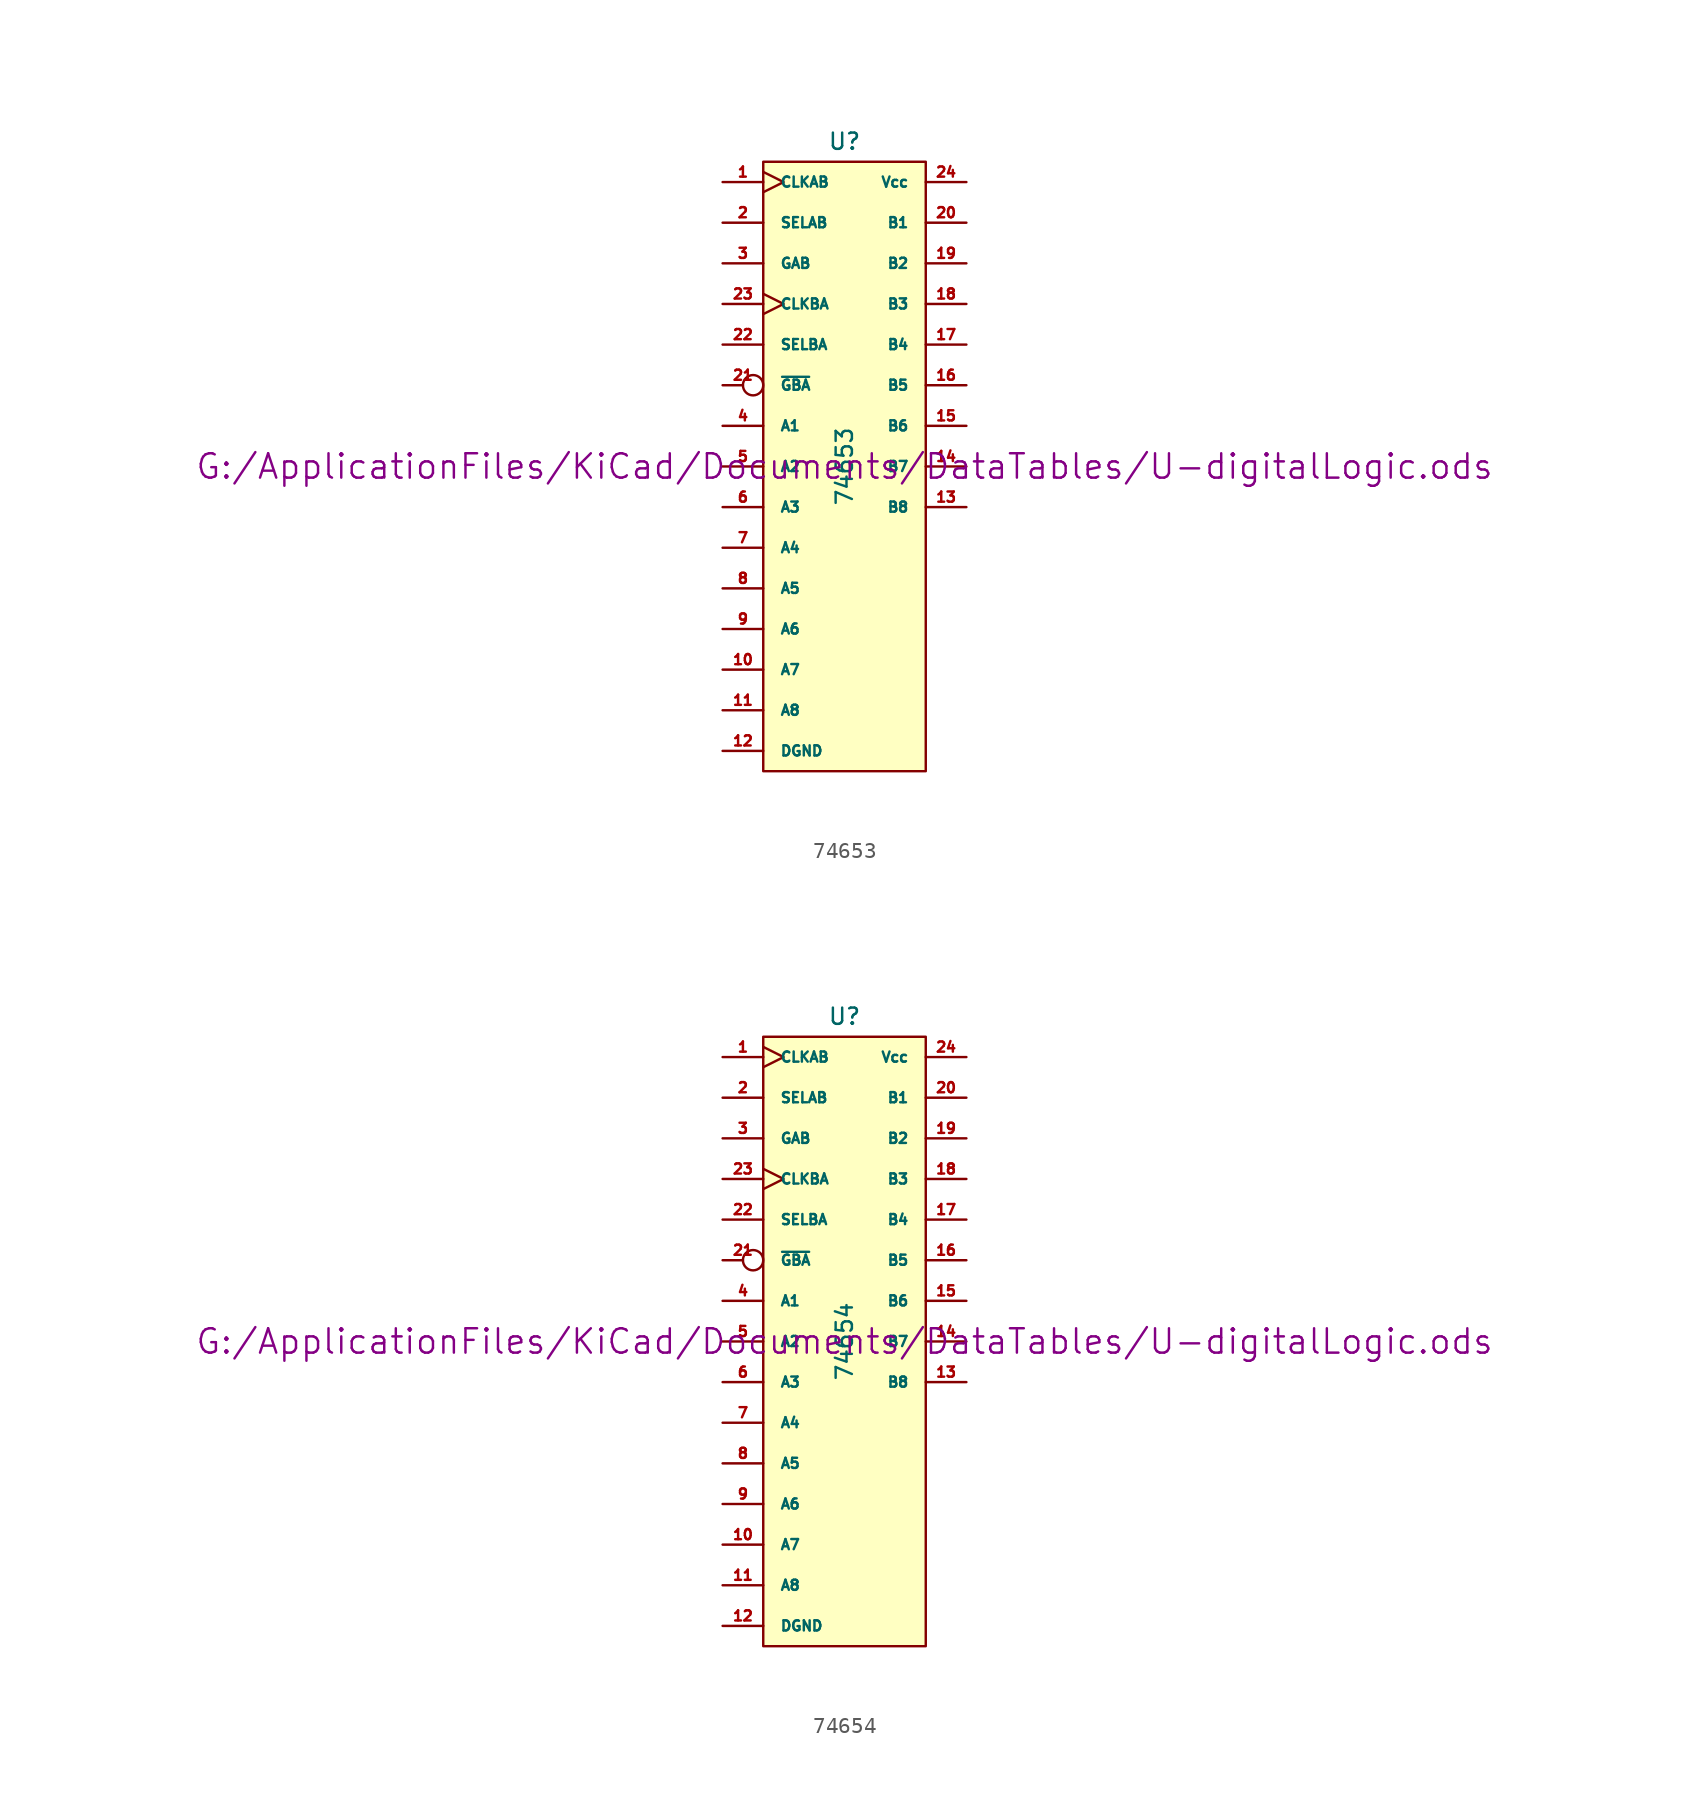
<source format=kicad_sym>
(kicad_symbol_lib
  (version 20211014)
  (generator kicad_symbol_editor)
  (symbol "74653"
    (pin_names
      (offset 1.016))
    (property "Reference" "U"
      (at 0 20.32 0)
      (effects (font (size 1.016 1.016))))
    (property "Value" "74653"
      (at 0 0 90)
      (effects (font (size 1.016 1.016))))
    (property "Footprint" ""
      (at 0 0 0)
      (effects (font (size 1.524 1.524))))
    (property "Datasheet" "G:/ApplicationFiles/KiCad/Documents/DataTables/U-digitalLogic.ods"
      (at 0 0 0)
      (effects (font (size 1.524 1.524))))
    (symbol "74653_0_1"
      (rectangle (start -5.08 19.05) (end 5.08 -19.05) (stroke (width 0) (type default) (color 0 0 0 0)) (fill (type background))))
    (symbol "74653_1_1"
      (pin input clock (at -7.62 17.78 0) (length 2.54) (name "CLKAB" (effects (font (size 0.635 0.635)))) (number "1" (effects (font (size 0.635 0.635)))))
      (pin tri_state line (at -7.62 -12.7 0) (length 2.54) (name "A7" (effects (font (size 0.635 0.635)))) (number "10" (effects (font (size 0.635 0.635)))))
      (pin tri_state line (at -7.62 -15.24 0) (length 2.54) (name "A8" (effects (font (size 0.635 0.635)))) (number "11" (effects (font (size 0.635 0.635)))))
      (pin power_in line (at -7.62 -17.78 0) (length 2.54) (name "DGND" (effects (font (size 0.635 0.635)))) (number "12" (effects (font (size 0.635 0.635)))))
      (pin tri_state line (at 7.62 -2.54 180) (length 2.54) (name "B8" (effects (font (size 0.635 0.635)))) (number "13" (effects (font (size 0.635 0.635)))))
      (pin tri_state line (at 7.62 0 180) (length 2.54) (name "B7" (effects (font (size 0.635 0.635)))) (number "14" (effects (font (size 0.635 0.635)))))
      (pin tri_state line (at 7.62 2.54 180) (length 2.54) (name "B6" (effects (font (size 0.635 0.635)))) (number "15" (effects (font (size 0.635 0.635)))))
      (pin tri_state line (at 7.62 5.08 180) (length 2.54) (name "B5" (effects (font (size 0.635 0.635)))) (number "16" (effects (font (size 0.635 0.635)))))
      (pin tri_state line (at 7.62 7.62 180) (length 2.54) (name "B4" (effects (font (size 0.635 0.635)))) (number "17" (effects (font (size 0.635 0.635)))))
      (pin tri_state line (at 7.62 10.16 180) (length 2.54) (name "B3" (effects (font (size 0.635 0.635)))) (number "18" (effects (font (size 0.635 0.635)))))
      (pin tri_state line (at 7.62 12.7 180) (length 2.54) (name "B2" (effects (font (size 0.635 0.635)))) (number "19" (effects (font (size 0.635 0.635)))))
      (pin input line (at -7.62 15.24 0) (length 2.54) (name "SELAB" (effects (font (size 0.635 0.635)))) (number "2" (effects (font (size 0.635 0.635)))))
      (pin tri_state line (at 7.62 15.24 180) (length 2.54) (name "B1" (effects (font (size 0.635 0.635)))) (number "20" (effects (font (size 0.635 0.635)))))
      (pin input inverted (at -7.62 5.08 0) (length 2.54) (name "~{GBA}" (effects (font (size 0.635 0.635)))) (number "21" (effects (font (size 0.635 0.635)))))
      (pin input line (at -7.62 7.62 0) (length 2.54) (name "SELBA" (effects (font (size 0.635 0.635)))) (number "22" (effects (font (size 0.635 0.635)))))
      (pin input clock (at -7.62 10.16 0) (length 2.54) (name "CLKBA" (effects (font (size 0.635 0.635)))) (number "23" (effects (font (size 0.635 0.635)))))
      (pin power_in line (at 7.62 17.78 180) (length 2.54) (name "Vcc" (effects (font (size 0.635 0.635)))) (number "24" (effects (font (size 0.635 0.635)))))
      (pin input line (at -7.62 12.7 0) (length 2.54) (name "GAB" (effects (font (size 0.635 0.635)))) (number "3" (effects (font (size 0.635 0.635)))))
      (pin tri_state line (at -7.62 2.54 0) (length 2.54) (name "A1" (effects (font (size 0.635 0.635)))) (number "4" (effects (font (size 0.635 0.635)))))
      (pin tri_state line (at -7.62 0 0) (length 2.54) (name "A2" (effects (font (size 0.635 0.635)))) (number "5" (effects (font (size 0.635 0.635)))))
      (pin tri_state line (at -7.62 -2.54 0) (length 2.54) (name "A3" (effects (font (size 0.635 0.635)))) (number "6" (effects (font (size 0.635 0.635)))))
      (pin tri_state line (at -7.62 -5.08 0) (length 2.54) (name "A4" (effects (font (size 0.635 0.635)))) (number "7" (effects (font (size 0.635 0.635)))))
      (pin tri_state line (at -7.62 -7.62 0) (length 2.54) (name "A5" (effects (font (size 0.635 0.635)))) (number "8" (effects (font (size 0.635 0.635)))))
      (pin tri_state line (at -7.62 -10.16 0) (length 2.54) (name "A6" (effects (font (size 0.635 0.635)))) (number "9" (effects (font (size 0.635 0.635)))))))
  (symbol "74654"
    (pin_names
      (offset 1.016))
    (property "Reference" "U"
      (at 0 20.32 0)
      (effects (font (size 1.016 1.016))))
    (property "Value" "74654"
      (at 0 0 90)
      (effects (font (size 1.016 1.016))))
    (property "Footprint" ""
      (at 0 0 0)
      (effects (font (size 1.524 1.524))))
    (property "Datasheet" "G:/ApplicationFiles/KiCad/Documents/DataTables/U-digitalLogic.ods"
      (at 0 0 0)
      (effects (font (size 1.524 1.524))))
    (symbol "74654_0_1"
      (rectangle (start -5.08 19.05) (end 5.08 -19.05) (stroke (width 0) (type default) (color 0 0 0 0)) (fill (type background))))
    (symbol "74654_1_1"
      (pin input clock (at -7.62 17.78 0) (length 2.54) (name "CLKAB" (effects (font (size 0.635 0.635)))) (number "1" (effects (font (size 0.635 0.635)))))
      (pin tri_state line (at -7.62 -12.7 0) (length 2.54) (name "A7" (effects (font (size 0.635 0.635)))) (number "10" (effects (font (size 0.635 0.635)))))
      (pin tri_state line (at -7.62 -15.24 0) (length 2.54) (name "A8" (effects (font (size 0.635 0.635)))) (number "11" (effects (font (size 0.635 0.635)))))
      (pin power_in line (at -7.62 -17.78 0) (length 2.54) (name "DGND" (effects (font (size 0.635 0.635)))) (number "12" (effects (font (size 0.635 0.635)))))
      (pin tri_state line (at 7.62 -2.54 180) (length 2.54) (name "B8" (effects (font (size 0.635 0.635)))) (number "13" (effects (font (size 0.635 0.635)))))
      (pin tri_state line (at 7.62 0 180) (length 2.54) (name "B7" (effects (font (size 0.635 0.635)))) (number "14" (effects (font (size 0.635 0.635)))))
      (pin tri_state line (at 7.62 2.54 180) (length 2.54) (name "B6" (effects (font (size 0.635 0.635)))) (number "15" (effects (font (size 0.635 0.635)))))
      (pin tri_state line (at 7.62 5.08 180) (length 2.54) (name "B5" (effects (font (size 0.635 0.635)))) (number "16" (effects (font (size 0.635 0.635)))))
      (pin tri_state line (at 7.62 7.62 180) (length 2.54) (name "B4" (effects (font (size 0.635 0.635)))) (number "17" (effects (font (size 0.635 0.635)))))
      (pin tri_state line (at 7.62 10.16 180) (length 2.54) (name "B3" (effects (font (size 0.635 0.635)))) (number "18" (effects (font (size 0.635 0.635)))))
      (pin tri_state line (at 7.62 12.7 180) (length 2.54) (name "B2" (effects (font (size 0.635 0.635)))) (number "19" (effects (font (size 0.635 0.635)))))
      (pin input line (at -7.62 15.24 0) (length 2.54) (name "SELAB" (effects (font (size 0.635 0.635)))) (number "2" (effects (font (size 0.635 0.635)))))
      (pin tri_state line (at 7.62 15.24 180) (length 2.54) (name "B1" (effects (font (size 0.635 0.635)))) (number "20" (effects (font (size 0.635 0.635)))))
      (pin input inverted (at -7.62 5.08 0) (length 2.54) (name "~{GBA}" (effects (font (size 0.635 0.635)))) (number "21" (effects (font (size 0.635 0.635)))))
      (pin input line (at -7.62 7.62 0) (length 2.54) (name "SELBA" (effects (font (size 0.635 0.635)))) (number "22" (effects (font (size 0.635 0.635)))))
      (pin input clock (at -7.62 10.16 0) (length 2.54) (name "CLKBA" (effects (font (size 0.635 0.635)))) (number "23" (effects (font (size 0.635 0.635)))))
      (pin power_in line (at 7.62 17.78 180) (length 2.54) (name "Vcc" (effects (font (size 0.635 0.635)))) (number "24" (effects (font (size 0.635 0.635)))))
      (pin input line (at -7.62 12.7 0) (length 2.54) (name "GAB" (effects (font (size 0.635 0.635)))) (number "3" (effects (font (size 0.635 0.635)))))
      (pin tri_state line (at -7.62 2.54 0) (length 2.54) (name "A1" (effects (font (size 0.635 0.635)))) (number "4" (effects (font (size 0.635 0.635)))))
      (pin tri_state line (at -7.62 0 0) (length 2.54) (name "A2" (effects (font (size 0.635 0.635)))) (number "5" (effects (font (size 0.635 0.635)))))
      (pin tri_state line (at -7.62 -2.54 0) (length 2.54) (name "A3" (effects (font (size 0.635 0.635)))) (number "6" (effects (font (size 0.635 0.635)))))
      (pin tri_state line (at -7.62 -5.08 0) (length 2.54) (name "A4" (effects (font (size 0.635 0.635)))) (number "7" (effects (font (size 0.635 0.635)))))
      (pin tri_state line (at -7.62 -7.62 0) (length 2.54) (name "A5" (effects (font (size 0.635 0.635)))) (number "8" (effects (font (size 0.635 0.635)))))
      (pin tri_state line (at -7.62 -10.16 0) (length 2.54) (name "A6" (effects (font (size 0.635 0.635)))) (number "9" (effects (font (size 0.635 0.635))))))))
</source>
